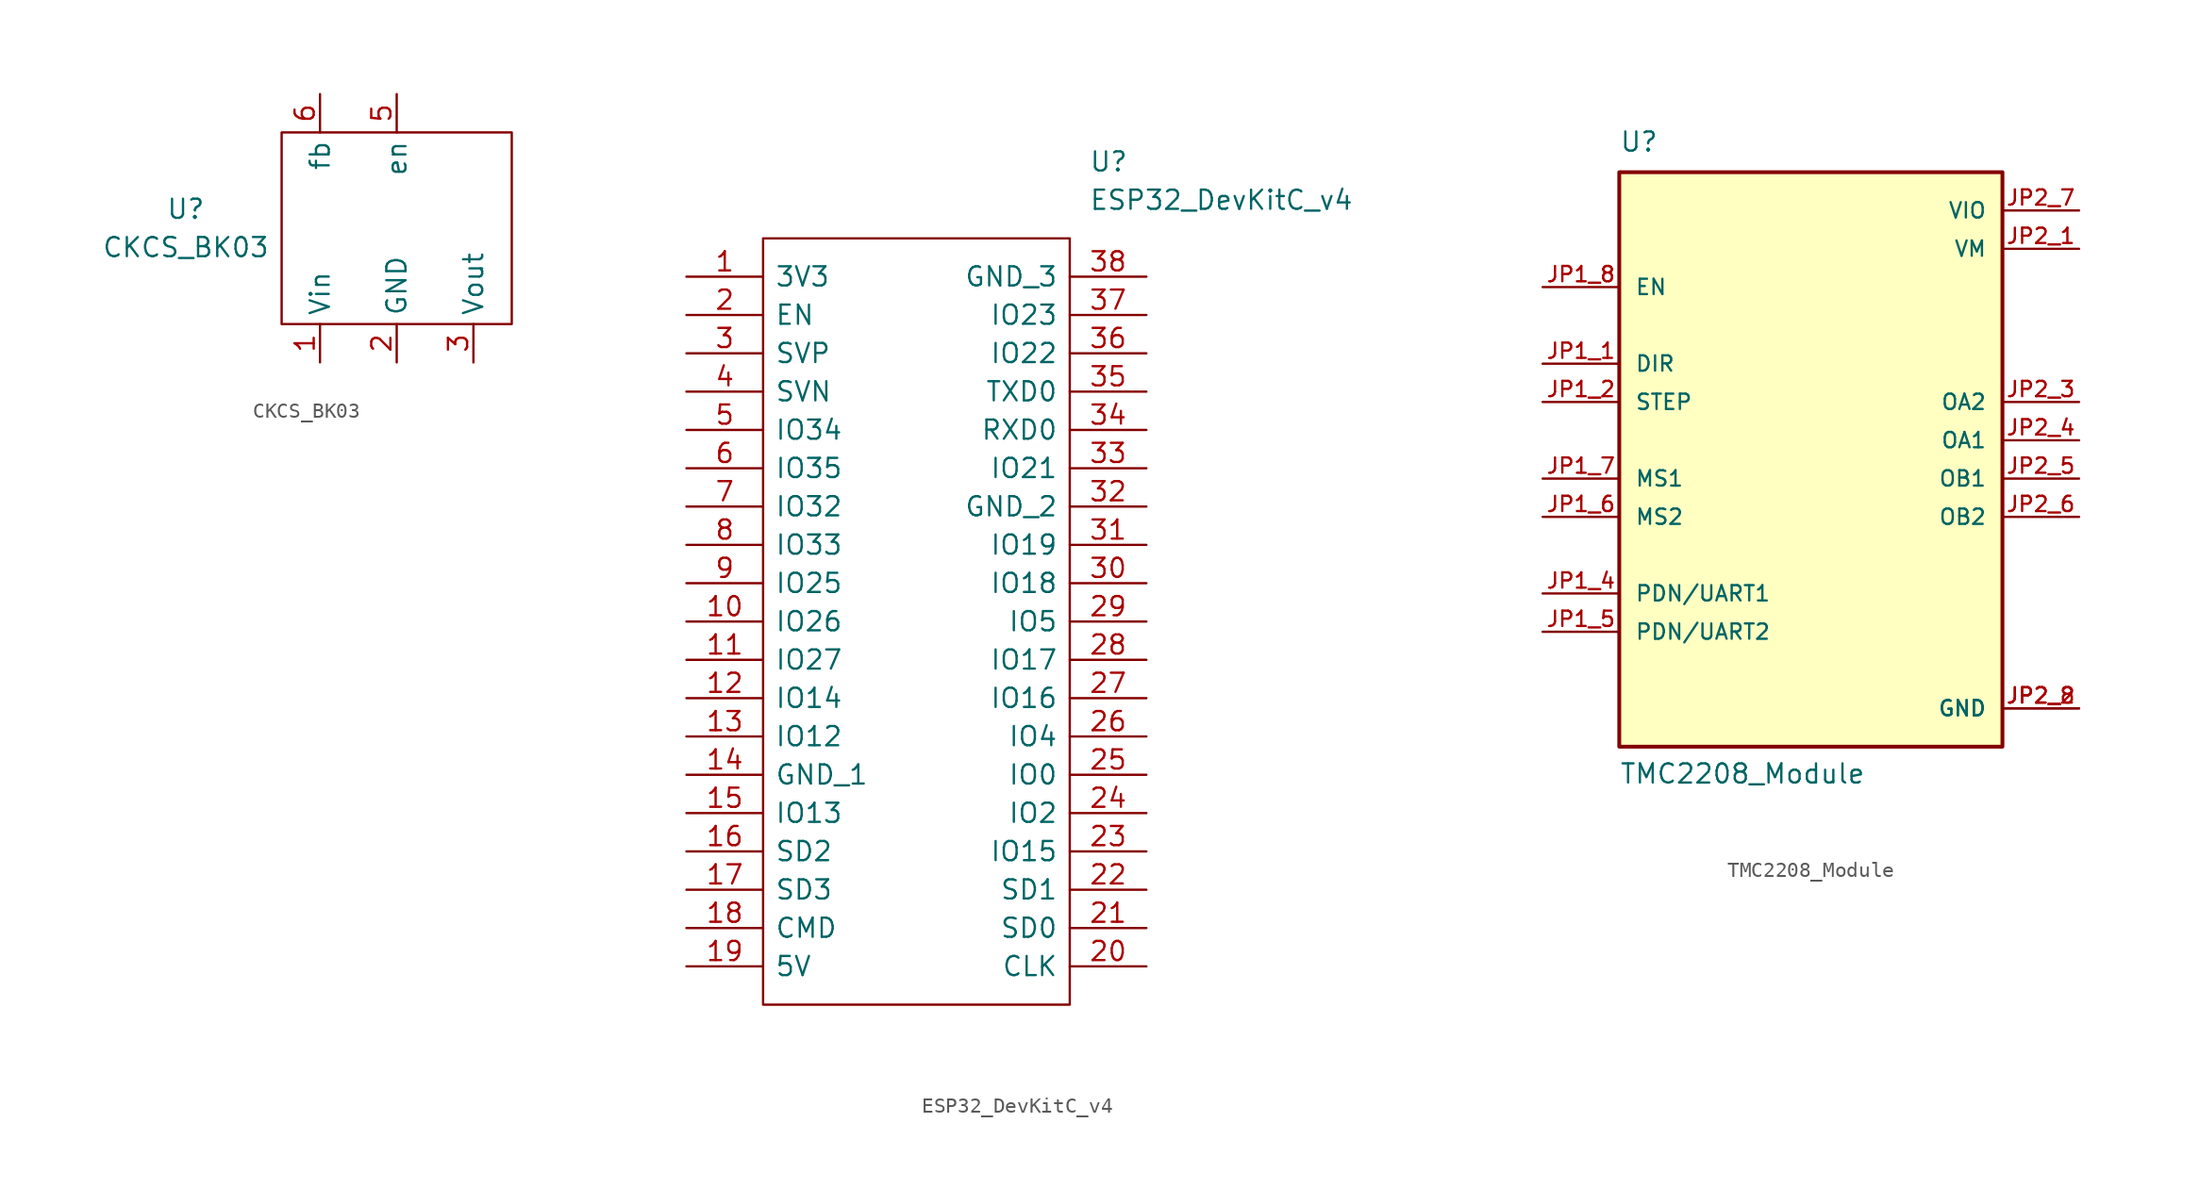
<source format=kicad_sym>
(kicad_symbol_lib
  (version 20211014)
  (generator kicad_symbol_editor)
  (symbol "CKCS_BK03"
    (property "Reference" "U"
      (at -13.97 1.27 0)
      (effects (font (size 1.27 1.27))))
    (property "Value" "CKCS_BK03"
      (at -13.97 -1.27 0)
      (effects (font (size 1.27 1.27))))
    (symbol "CKCS_BK03_0_0"
      (pin power_in line (at 0 -8.89 90) (length 2.54) (name "GND" (effects (font (size 1.27 1.27)))) (number "2" (effects (font (size 1.27 1.27)))))
      (pin power_out line (at 5.08 -8.89 90) (length 2.54) (name "Vout" (effects (font (size 1.27 1.27)))) (number "3" (effects (font (size 1.27 1.27)))))
      (pin no_connect line (at 5.08 6.35 270) (length 2.54) hide (name "" (effects (font (size 1.27 1.27)))) (number "4" (effects (font (size 1.27 1.27)))))
      (pin input line (at 0 8.89 270) (length 2.54) (name "en" (effects (font (size 1.27 1.27)))) (number "5" (effects (font (size 1.27 1.27)))))
      (pin input line (at -5.08 8.89 270) (length 2.54) (name "fb" (effects (font (size 1.27 1.27)))) (number "6" (effects (font (size 1.27 1.27))))))
    (symbol "CKCS_BK03_0_1"
      (rectangle (start -7.62 6.35) (end 7.62 -6.35) (stroke (width 0) (type default) (color 0 0 0 0)) (fill (type none))))
    (symbol "CKCS_BK03_1_1"
      (pin power_in line (at -5.08 -8.89 90) (length 2.54) (name "Vin" (effects (font (size 1.27 1.27)))) (number "1" (effects (font (size 1.27 1.27)))))))
  (symbol "ESP32_DevKitC_v4"
    (pin_names
      (offset 0.762))
    (property "Reference" "U"
      (at 26.67 7.62 0)
      (effects (font (size 1.27 1.27)) (justify left)))
    (property "Value" "ESP32_DevKitC_v4"
      (at 26.67 5.08 0)
      (effects (font (size 1.27 1.27)) (justify left)))
    (symbol "ESP32_DevKitC_v4_0_0"
      (pin power_in line (at 0 0 0) (length 5.08) (name "3V3" (effects (font (size 1.27 1.27)))) (number "1" (effects (font (size 1.27 1.27)))))
      (pin bidirectional line (at 0 -22.86 0) (length 5.08) (name "IO26" (effects (font (size 1.27 1.27)))) (number "10" (effects (font (size 1.27 1.27)))))
      (pin bidirectional line (at 0 -25.4 0) (length 5.08) (name "IO27" (effects (font (size 1.27 1.27)))) (number "11" (effects (font (size 1.27 1.27)))))
      (pin bidirectional line (at 0 -27.94 0) (length 5.08) (name "IO14" (effects (font (size 1.27 1.27)))) (number "12" (effects (font (size 1.27 1.27)))))
      (pin bidirectional line (at 0 -30.48 0) (length 5.08) (name "IO12" (effects (font (size 1.27 1.27)))) (number "13" (effects (font (size 1.27 1.27)))))
      (pin power_in line (at 0 -33.02 0) (length 5.08) (name "GND_1" (effects (font (size 1.27 1.27)))) (number "14" (effects (font (size 1.27 1.27)))))
      (pin bidirectional line (at 0 -35.56 0) (length 5.08) (name "IO13" (effects (font (size 1.27 1.27)))) (number "15" (effects (font (size 1.27 1.27)))))
      (pin passive line (at 0 -38.1 0) (length 5.08) (name "SD2" (effects (font (size 1.27 1.27)))) (number "16" (effects (font (size 1.27 1.27)))))
      (pin passive line (at 0 -40.64 0) (length 5.08) (name "SD3" (effects (font (size 1.27 1.27)))) (number "17" (effects (font (size 1.27 1.27)))))
      (pin passive line (at 0 -43.18 0) (length 5.08) (name "CMD" (effects (font (size 1.27 1.27)))) (number "18" (effects (font (size 1.27 1.27)))))
      (pin power_in line (at 0 -45.72 0) (length 5.08) (name "5V" (effects (font (size 1.27 1.27)))) (number "19" (effects (font (size 1.27 1.27)))))
      (pin passive line (at 0 -2.54 0) (length 5.08) (name "EN" (effects (font (size 1.27 1.27)))) (number "2" (effects (font (size 1.27 1.27)))))
      (pin passive line (at 30.48 -45.72 180) (length 5.08) (name "CLK" (effects (font (size 1.27 1.27)))) (number "20" (effects (font (size 1.27 1.27)))))
      (pin passive line (at 30.48 -43.18 180) (length 5.08) (name "SD0" (effects (font (size 1.27 1.27)))) (number "21" (effects (font (size 1.27 1.27)))))
      (pin passive line (at 30.48 -40.64 180) (length 5.08) (name "SD1" (effects (font (size 1.27 1.27)))) (number "22" (effects (font (size 1.27 1.27)))))
      (pin passive line (at 30.48 -38.1 180) (length 5.08) (name "IO15" (effects (font (size 1.27 1.27)))) (number "23" (effects (font (size 1.27 1.27)))))
      (pin bidirectional line (at 30.48 -35.56 180) (length 5.08) (name "IO2" (effects (font (size 1.27 1.27)))) (number "24" (effects (font (size 1.27 1.27)))))
      (pin bidirectional line (at 30.48 -33.02 180) (length 5.08) (name "IO0" (effects (font (size 1.27 1.27)))) (number "25" (effects (font (size 1.27 1.27)))))
      (pin bidirectional line (at 30.48 -30.48 180) (length 5.08) (name "IO4" (effects (font (size 1.27 1.27)))) (number "26" (effects (font (size 1.27 1.27)))))
      (pin bidirectional line (at 30.48 -27.94 180) (length 5.08) (name "IO16" (effects (font (size 1.27 1.27)))) (number "27" (effects (font (size 1.27 1.27)))))
      (pin bidirectional line (at 30.48 -25.4 180) (length 5.08) (name "IO17" (effects (font (size 1.27 1.27)))) (number "28" (effects (font (size 1.27 1.27)))))
      (pin bidirectional line (at 30.48 -22.86 180) (length 5.08) (name "IO5" (effects (font (size 1.27 1.27)))) (number "29" (effects (font (size 1.27 1.27)))))
      (pin passive line (at 0 -5.08 0) (length 5.08) (name "SVP" (effects (font (size 1.27 1.27)))) (number "3" (effects (font (size 1.27 1.27)))))
      (pin bidirectional line (at 30.48 -20.32 180) (length 5.08) (name "IO18" (effects (font (size 1.27 1.27)))) (number "30" (effects (font (size 1.27 1.27)))))
      (pin bidirectional line (at 30.48 -17.78 180) (length 5.08) (name "IO19" (effects (font (size 1.27 1.27)))) (number "31" (effects (font (size 1.27 1.27)))))
      (pin power_in line (at 30.48 -15.24 180) (length 5.08) (name "GND_2" (effects (font (size 1.27 1.27)))) (number "32" (effects (font (size 1.27 1.27)))))
      (pin bidirectional line (at 30.48 -12.7 180) (length 5.08) (name "IO21" (effects (font (size 1.27 1.27)))) (number "33" (effects (font (size 1.27 1.27)))))
      (pin passive line (at 30.48 -10.16 180) (length 5.08) (name "RXD0" (effects (font (size 1.27 1.27)))) (number "34" (effects (font (size 1.27 1.27)))))
      (pin passive line (at 30.48 -7.62 180) (length 5.08) (name "TXD0" (effects (font (size 1.27 1.27)))) (number "35" (effects (font (size 1.27 1.27)))))
      (pin bidirectional line (at 30.48 -5.08 180) (length 5.08) (name "IO22" (effects (font (size 1.27 1.27)))) (number "36" (effects (font (size 1.27 1.27)))))
      (pin bidirectional line (at 30.48 -2.54 180) (length 5.08) (name "IO23" (effects (font (size 1.27 1.27)))) (number "37" (effects (font (size 1.27 1.27)))))
      (pin power_in line (at 30.48 0 180) (length 5.08) (name "GND_3" (effects (font (size 1.27 1.27)))) (number "38" (effects (font (size 1.27 1.27)))))
      (pin passive line (at 0 -7.62 0) (length 5.08) (name "SVN" (effects (font (size 1.27 1.27)))) (number "4" (effects (font (size 1.27 1.27)))))
      (pin bidirectional line (at 0 -10.16 0) (length 5.08) (name "IO34" (effects (font (size 1.27 1.27)))) (number "5" (effects (font (size 1.27 1.27)))))
      (pin bidirectional line (at 0 -12.7 0) (length 5.08) (name "IO35" (effects (font (size 1.27 1.27)))) (number "6" (effects (font (size 1.27 1.27)))))
      (pin bidirectional line (at 0 -15.24 0) (length 5.08) (name "IO32" (effects (font (size 1.27 1.27)))) (number "7" (effects (font (size 1.27 1.27)))))
      (pin bidirectional line (at 0 -17.78 0) (length 5.08) (name "IO33" (effects (font (size 1.27 1.27)))) (number "8" (effects (font (size 1.27 1.27)))))
      (pin bidirectional line (at 0 -20.32 0) (length 5.08) (name "IO25" (effects (font (size 1.27 1.27)))) (number "9" (effects (font (size 1.27 1.27))))))
    (symbol "ESP32_DevKitC_v4_0_1"
      (polyline (pts (xy 5.08 2.54) (xy 25.4 2.54) (xy 25.4 -48.26) (xy 5.08 -48.26) (xy 5.08 2.54)) (stroke (width 0.152) (type default) (color 0 0 0 0)) (fill (type none)))))
  (symbol "TMC2208_Module"
    (pin_names
      (offset 1.016))
    (property "Reference" "U"
      (at -12.7 19.05 0)
      (effects (font (size 1.27 1.27)) (justify left bottom)))
    (property "Value" "TMC2208_Module"
      (at -12.7 -22.86 0)
      (effects (font (size 1.27 1.27)) (justify left bottom)))
    (symbol "TMC2208_Module_0_0"
      (rectangle (start -12.7 -20.32) (end 12.7 17.78) (stroke (width 0.254) (type default) (color 0 0 0 0)) (fill (type background)))
      (pin input line (at -17.78 5.08 0) (length 5.08) (name "DIR" (effects (font (size 1.016 1.016)))) (number "JP1_1" (effects (font (size 1.016 1.016)))))
      (pin input line (at -17.78 2.54 0) (length 5.08) (name "STEP" (effects (font (size 1.016 1.016)))) (number "JP1_2" (effects (font (size 1.016 1.016)))))
      (pin bidirectional line (at -17.78 -10.16 0) (length 5.08) (name "PDN/UART1" (effects (font (size 1.016 1.016)))) (number "JP1_4" (effects (font (size 1.016 1.016)))))
      (pin bidirectional line (at -17.78 -12.7 0) (length 5.08) (name "PDN/UART2" (effects (font (size 1.016 1.016)))) (number "JP1_5" (effects (font (size 1.016 1.016)))))
      (pin input line (at -17.78 -5.08 0) (length 5.08) (name "MS2" (effects (font (size 1.016 1.016)))) (number "JP1_6" (effects (font (size 1.016 1.016)))))
      (pin input line (at -17.78 -2.54 0) (length 5.08) (name "MS1" (effects (font (size 1.016 1.016)))) (number "JP1_7" (effects (font (size 1.016 1.016)))))
      (pin input line (at -17.78 10.16 0) (length 5.08) (name "EN" (effects (font (size 1.016 1.016)))) (number "JP1_8" (effects (font (size 1.016 1.016)))))
      (pin power_in line (at 17.78 12.7 180) (length 5.08) (name "VM" (effects (font (size 1.016 1.016)))) (number "JP2_1" (effects (font (size 1.016 1.016)))))
      (pin power_in line (at 17.78 -17.78 180) (length 5.08) (name "GND" (effects (font (size 1.016 1.016)))) (number "JP2_2" (effects (font (size 1.016 1.016)))))
      (pin passive line (at 17.78 2.54 180) (length 5.08) (name "OA2" (effects (font (size 1.016 1.016)))) (number "JP2_3" (effects (font (size 1.016 1.016)))))
      (pin passive line (at 17.78 0 180) (length 5.08) (name "OA1" (effects (font (size 1.016 1.016)))) (number "JP2_4" (effects (font (size 1.016 1.016)))))
      (pin passive line (at 17.78 -2.54 180) (length 5.08) (name "OB1" (effects (font (size 1.016 1.016)))) (number "JP2_5" (effects (font (size 1.016 1.016)))))
      (pin passive line (at 17.78 -5.08 180) (length 5.08) (name "OB2" (effects (font (size 1.016 1.016)))) (number "JP2_6" (effects (font (size 1.016 1.016)))))
      (pin power_in line (at 17.78 15.24 180) (length 5.08) (name "VIO" (effects (font (size 1.016 1.016)))) (number "JP2_7" (effects (font (size 1.016 1.016)))))
      (pin power_in line (at 17.78 -17.78 180) (length 5.08) (name "GND" (effects (font (size 1.016 1.016)))) (number "JP2_8" (effects (font (size 1.016 1.016))))))))
</source>
